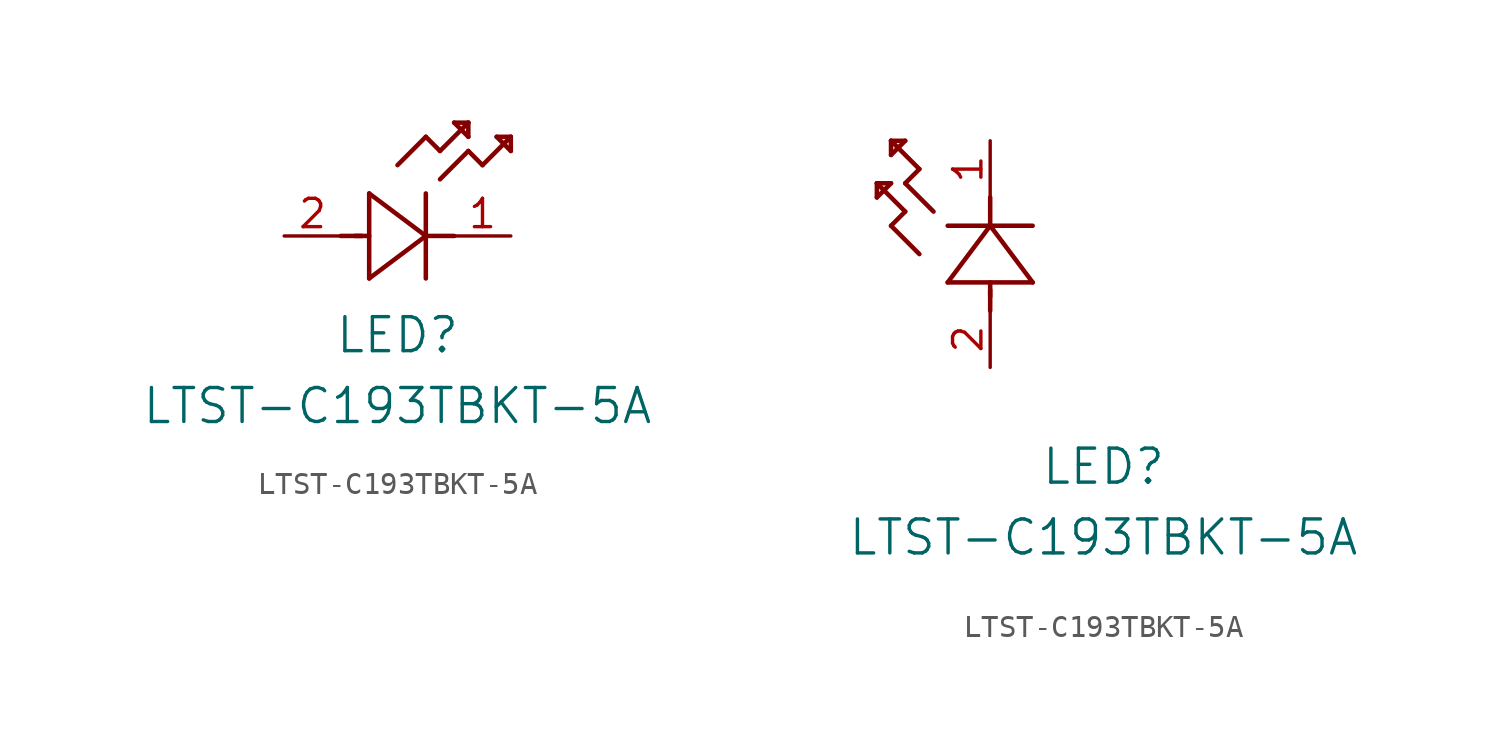
<source format=kicad_sym>
(kicad_symbol_lib
  (version 20211014)
  (generator kicad_symbol_editor)
  (symbol "LTST-C193TBKT-5A"
    (pin_names
      (offset 0.254))
    (property "Reference" "LED"
      (at 5.08 -4.445 0)
      (effects (font (size 1.524 1.524))))
    (property "Value" "LTST-C193TBKT-5A"
      (at 5.08 -7.62 0)
      (effects (font (size 1.524 1.524))))
    (symbol "LTST-C193TBKT-5A_1_1"
      (polyline (pts (xy 2.54 0) (xy 3.48 0)) (stroke (width 0.203) (type default) (color 0 0 0 0)) (fill (type none)))
      (polyline (pts (xy 3.81 1.905) (xy 3.81 -1.905)) (stroke (width 0.203) (type default) (color 0 0 0 0)) (fill (type none)))
      (polyline (pts (xy 3.175 0) (xy 3.81 0)) (stroke (width 0.203) (type default) (color 0 0 0 0)) (fill (type none)))
      (polyline (pts (xy 6.35 -1.905) (xy 6.35 1.905)) (stroke (width 0.203) (type default) (color 0 0 0 0)) (fill (type none)))
      (polyline (pts (xy 6.35 0) (xy 7.62 0)) (stroke (width 0.203) (type default) (color 0 0 0 0)) (fill (type none)))
      (polyline (pts (xy 6.35 4.445) (xy 6.985 3.81)) (stroke (width 0.203) (type default) (color 0 0 0 0)) (fill (type none)))
      (polyline (pts (xy 6.985 3.81) (xy 8.255 5.08)) (stroke (width 0.203) (type default) (color 0 0 0 0)) (fill (type none)))
      (polyline (pts (xy 8.255 3.81) (xy 8.89 3.175)) (stroke (width 0.203) (type default) (color 0 0 0 0)) (fill (type none)))
      (polyline (pts (xy 8.89 3.175) (xy 10.16 4.445)) (stroke (width 0.203) (type default) (color 0 0 0 0)) (fill (type none)))
      (polyline (pts (xy 8.255 5.08) (xy 7.62 5.08)) (stroke (width 0.203) (type default) (color 0 0 0 0)) (fill (type none)))
      (polyline (pts (xy 7.62 5.08) (xy 8.255 4.445)) (stroke (width 0.203) (type default) (color 0 0 0 0)) (fill (type none)))
      (polyline (pts (xy 8.255 4.445) (xy 8.255 5.08)) (stroke (width 0.203) (type default) (color 0 0 0 0)) (fill (type none)))
      (polyline (pts (xy 10.16 4.445) (xy 9.525 4.445)) (stroke (width 0.203) (type default) (color 0 0 0 0)) (fill (type none)))
      (polyline (pts (xy 9.525 4.445) (xy 10.16 3.81)) (stroke (width 0.203) (type default) (color 0 0 0 0)) (fill (type none)))
      (polyline (pts (xy 10.16 3.81) (xy 10.16 4.445)) (stroke (width 0.203) (type default) (color 0 0 0 0)) (fill (type none)))
      (polyline (pts (xy 6.985 2.54) (xy 8.255 3.81)) (stroke (width 0.203) (type default) (color 0 0 0 0)) (fill (type none)))
      (polyline (pts (xy 6.35 0) (xy 3.81 1.905)) (stroke (width 0.203) (type default) (color 0 0 0 0)) (fill (type none)))
      (polyline (pts (xy 3.81 -1.905) (xy 6.35 0)) (stroke (width 0.203) (type default) (color 0 0 0 0)) (fill (type none)))
      (polyline (pts (xy 5.08 3.175) (xy 6.35 4.445)) (stroke (width 0.203) (type default) (color 0 0 0 0)) (fill (type none)))
      (pin unspecified line (at 10.16 0 180) (length 2.54) (name "" (effects (font (size 1.27 1.27)))) (number "1" (effects (font (size 1.27 1.27)))))
      (pin unspecified line (at 0 0 0) (length 2.54) (name "" (effects (font (size 1.27 1.27)))) (number "2" (effects (font (size 1.27 1.27))))))
    (symbol "LTST-C193TBKT-5A_1_2"
      (polyline (pts (xy 0 2.54) (xy 0 3.48)) (stroke (width 0.203) (type default) (color 0 0 0 0)) (fill (type none)))
      (polyline (pts (xy -1.905 3.81) (xy 1.905 3.81)) (stroke (width 0.203) (type default) (color 0 0 0 0)) (fill (type none)))
      (polyline (pts (xy 0 3.175) (xy 0 3.81)) (stroke (width 0.203) (type default) (color 0 0 0 0)) (fill (type none)))
      (polyline (pts (xy 1.905 6.35) (xy -1.905 6.35)) (stroke (width 0.203) (type default) (color 0 0 0 0)) (fill (type none)))
      (polyline (pts (xy 0 6.35) (xy 0 7.62)) (stroke (width 0.203) (type default) (color 0 0 0 0)) (fill (type none)))
      (polyline (pts (xy 0 6.35) (xy -1.905 3.81)) (stroke (width 0.203) (type default) (color 0 0 0 0)) (fill (type none)))
      (polyline (pts (xy 1.905 3.81) (xy 0 6.35)) (stroke (width 0.203) (type default) (color 0 0 0 0)) (fill (type none)))
      (polyline (pts (xy -4.445 6.35) (xy -3.81 6.985)) (stroke (width 0.203) (type default) (color 0 0 0 0)) (fill (type none)))
      (polyline (pts (xy -2.54 6.985) (xy -3.81 8.255)) (stroke (width 0.203) (type default) (color 0 0 0 0)) (fill (type none)))
      (polyline (pts (xy -3.175 5.08) (xy -4.445 6.35)) (stroke (width 0.203) (type default) (color 0 0 0 0)) (fill (type none)))
      (polyline (pts (xy -4.445 10.16) (xy -4.445 9.525)) (stroke (width 0.203) (type default) (color 0 0 0 0)) (fill (type none)))
      (polyline (pts (xy -4.445 9.525) (xy -3.81 10.16)) (stroke (width 0.203) (type default) (color 0 0 0 0)) (fill (type none)))
      (polyline (pts (xy -3.81 10.16) (xy -4.445 10.16)) (stroke (width 0.203) (type default) (color 0 0 0 0)) (fill (type none)))
      (polyline (pts (xy -3.81 8.255) (xy -3.175 8.89)) (stroke (width 0.203) (type default) (color 0 0 0 0)) (fill (type none)))
      (polyline (pts (xy -3.175 8.89) (xy -4.445 10.16)) (stroke (width 0.203) (type default) (color 0 0 0 0)) (fill (type none)))
      (polyline (pts (xy -3.81 6.985) (xy -5.08 8.255)) (stroke (width 0.203) (type default) (color 0 0 0 0)) (fill (type none)))
      (polyline (pts (xy -5.08 8.255) (xy -5.08 7.62)) (stroke (width 0.203) (type default) (color 0 0 0 0)) (fill (type none)))
      (polyline (pts (xy -5.08 7.62) (xy -4.445 8.255)) (stroke (width 0.203) (type default) (color 0 0 0 0)) (fill (type none)))
      (polyline (pts (xy -4.445 8.255) (xy -5.08 8.255)) (stroke (width 0.203) (type default) (color 0 0 0 0)) (fill (type none)))
      (pin unspecified line (at 0 10.16 270) (length 2.54) (name "" (effects (font (size 1.27 1.27)))) (number "1" (effects (font (size 1.27 1.27)))))
      (pin unspecified line (at 0 0 90) (length 2.54) (name "" (effects (font (size 1.27 1.27)))) (number "2" (effects (font (size 1.27 1.27))))))))
</source>
